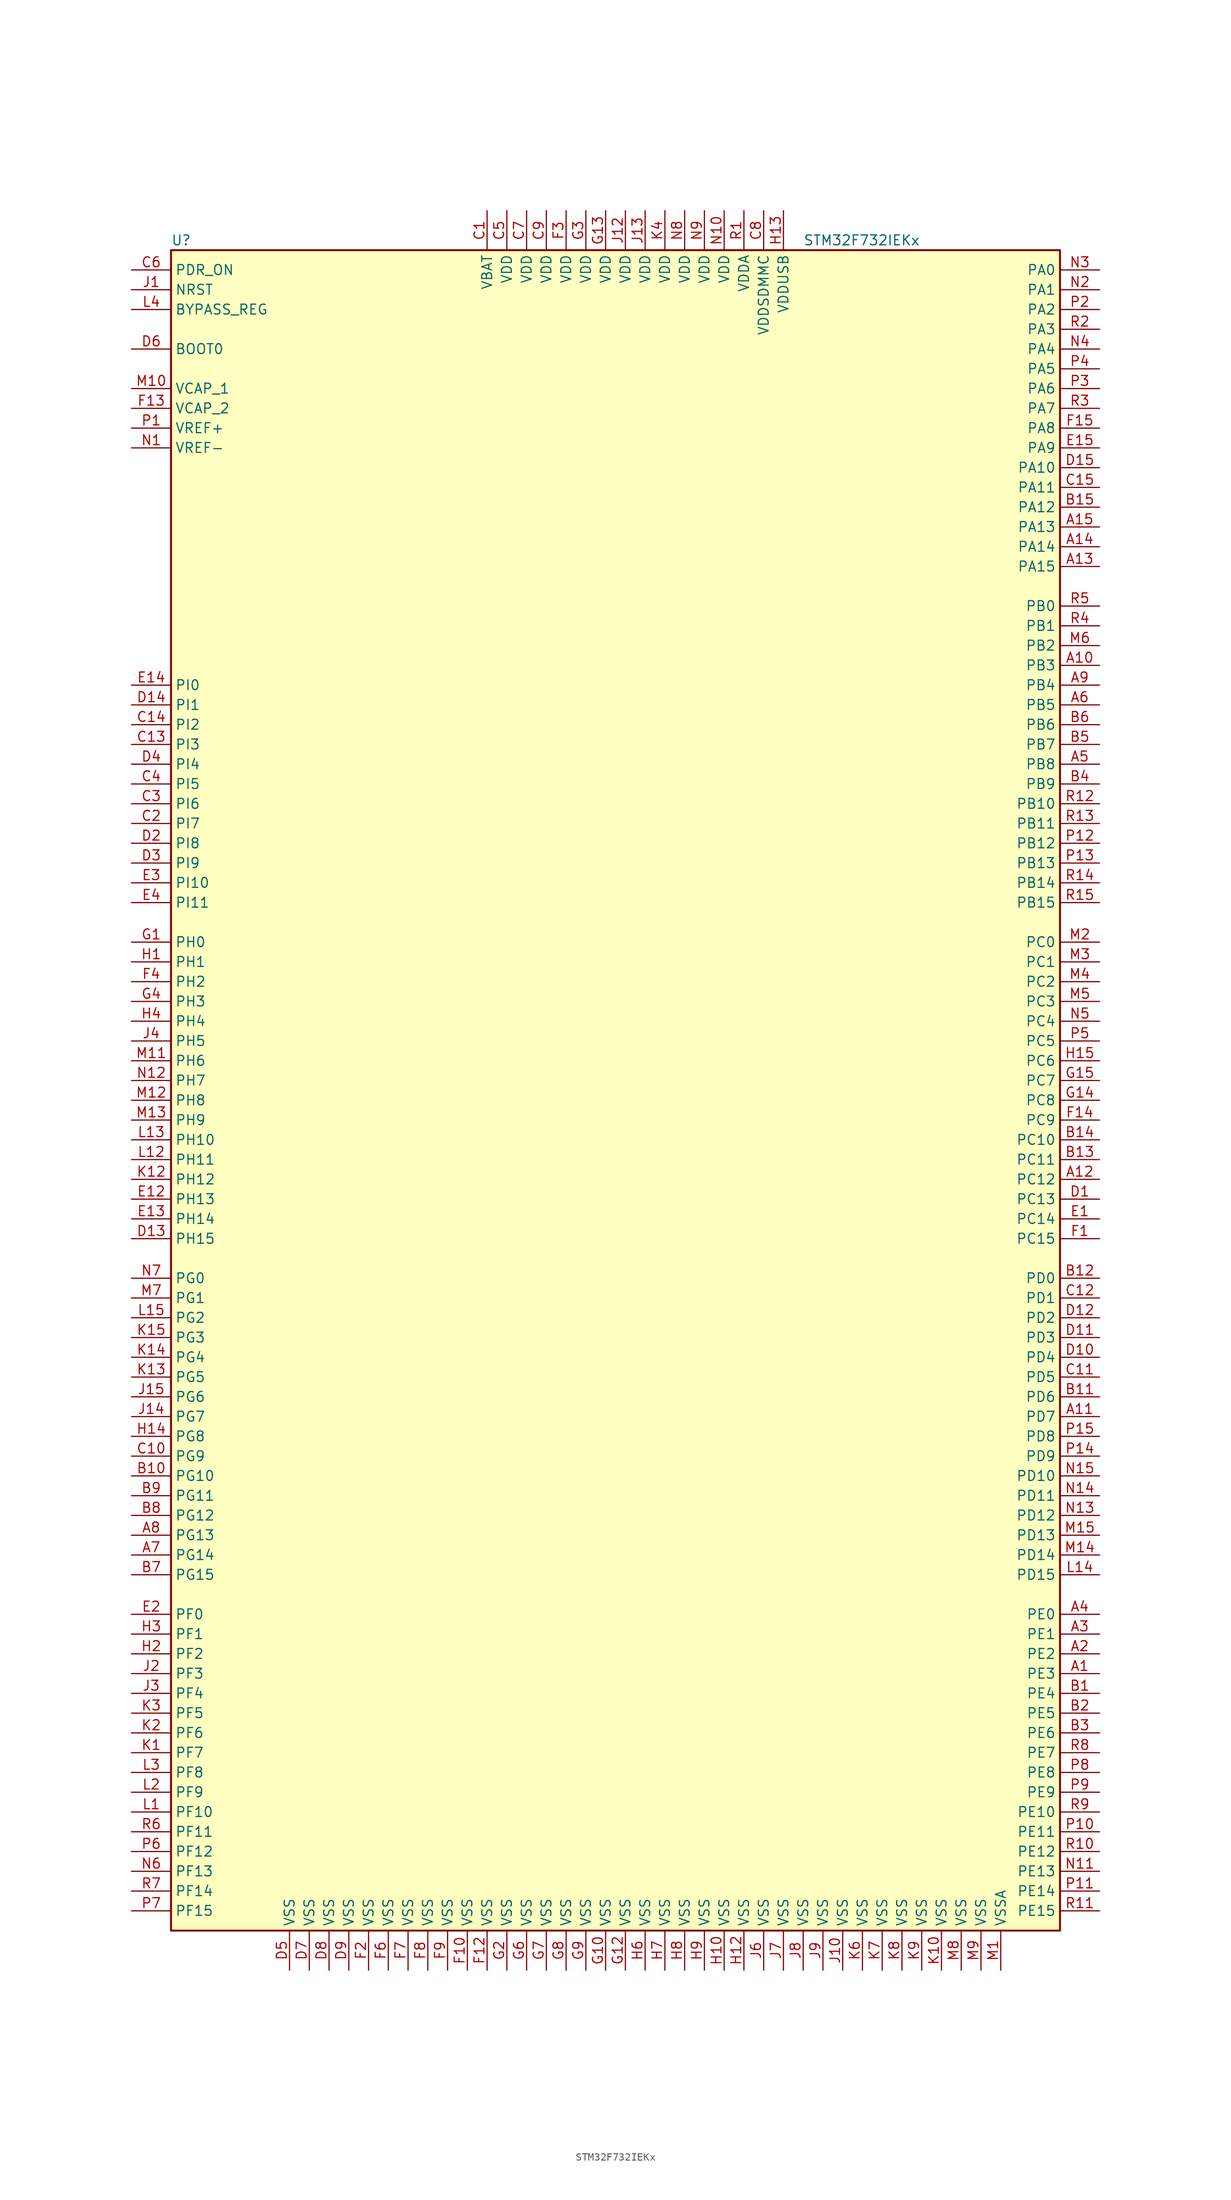
<source format=kicad_sym>
(kicad_symbol_lib
  (version 20220914)
  (generator kicad_symbol_editor)
  (symbol "STM32F732IEKx"
    (property "Reference" "U"
      (at -58.42 107.95 0)
      (effects (font (size 1.27 1.27)) (justify left)))
    (property "Value" "STM32F732IEKx"
      (at 22.86 107.95 0)
      (effects (font (size 1.27 1.27)) (justify left)))
    (symbol "STM32F732IEKx_0_1"
      (rectangle (start -58.42 -109.22) (end 55.88 106.68) (stroke (width 0.254) (type default)) (fill (type background))))
    (symbol "STM32F732IEKx_1_1"
      (pin bidirectional line (at 60.96 -76.2 180) (length 5.08) (name "PE3" (effects (font (size 1.27 1.27)))) (number "A1" (effects (font (size 1.27 1.27)))))
      (pin bidirectional line (at 60.96 53.34 180) (length 5.08) (name "PB3" (effects (font (size 1.27 1.27)))) (number "A10" (effects (font (size 1.27 1.27)))))
      (pin bidirectional line (at 60.96 -43.18 180) (length 5.08) (name "PD7" (effects (font (size 1.27 1.27)))) (number "A11" (effects (font (size 1.27 1.27)))))
      (pin bidirectional line (at 60.96 -12.7 180) (length 5.08) (name "PC12" (effects (font (size 1.27 1.27)))) (number "A12" (effects (font (size 1.27 1.27)))))
      (pin bidirectional line (at 60.96 66.04 180) (length 5.08) (name "PA15" (effects (font (size 1.27 1.27)))) (number "A13" (effects (font (size 1.27 1.27)))))
      (pin bidirectional line (at 60.96 68.58 180) (length 5.08) (name "PA14" (effects (font (size 1.27 1.27)))) (number "A14" (effects (font (size 1.27 1.27)))))
      (pin bidirectional line (at 60.96 71.12 180) (length 5.08) (name "PA13" (effects (font (size 1.27 1.27)))) (number "A15" (effects (font (size 1.27 1.27)))))
      (pin bidirectional line (at 60.96 -73.66 180) (length 5.08) (name "PE2" (effects (font (size 1.27 1.27)))) (number "A2" (effects (font (size 1.27 1.27)))))
      (pin bidirectional line (at 60.96 -71.12 180) (length 5.08) (name "PE1" (effects (font (size 1.27 1.27)))) (number "A3" (effects (font (size 1.27 1.27)))))
      (pin bidirectional line (at 60.96 -68.58 180) (length 5.08) (name "PE0" (effects (font (size 1.27 1.27)))) (number "A4" (effects (font (size 1.27 1.27)))))
      (pin bidirectional line (at 60.96 40.64 180) (length 5.08) (name "PB8" (effects (font (size 1.27 1.27)))) (number "A5" (effects (font (size 1.27 1.27)))))
      (pin bidirectional line (at 60.96 48.26 180) (length 5.08) (name "PB5" (effects (font (size 1.27 1.27)))) (number "A6" (effects (font (size 1.27 1.27)))))
      (pin bidirectional line (at -63.5 -60.96 0) (length 5.08) (name "PG14" (effects (font (size 1.27 1.27)))) (number "A7" (effects (font (size 1.27 1.27)))))
      (pin bidirectional line (at -63.5 -58.42 0) (length 5.08) (name "PG13" (effects (font (size 1.27 1.27)))) (number "A8" (effects (font (size 1.27 1.27)))))
      (pin bidirectional line (at 60.96 50.8 180) (length 5.08) (name "PB4" (effects (font (size 1.27 1.27)))) (number "A9" (effects (font (size 1.27 1.27)))))
      (pin bidirectional line (at 60.96 -78.74 180) (length 5.08) (name "PE4" (effects (font (size 1.27 1.27)))) (number "B1" (effects (font (size 1.27 1.27)))))
      (pin bidirectional line (at -63.5 -50.8 0) (length 5.08) (name "PG10" (effects (font (size 1.27 1.27)))) (number "B10" (effects (font (size 1.27 1.27)))))
      (pin bidirectional line (at 60.96 -40.64 180) (length 5.08) (name "PD6" (effects (font (size 1.27 1.27)))) (number "B11" (effects (font (size 1.27 1.27)))))
      (pin bidirectional line (at 60.96 -25.4 180) (length 5.08) (name "PD0" (effects (font (size 1.27 1.27)))) (number "B12" (effects (font (size 1.27 1.27)))))
      (pin bidirectional line (at 60.96 -10.16 180) (length 5.08) (name "PC11" (effects (font (size 1.27 1.27)))) (number "B13" (effects (font (size 1.27 1.27)))))
      (pin bidirectional line (at 60.96 -7.62 180) (length 5.08) (name "PC10" (effects (font (size 1.27 1.27)))) (number "B14" (effects (font (size 1.27 1.27)))))
      (pin bidirectional line (at 60.96 73.66 180) (length 5.08) (name "PA12" (effects (font (size 1.27 1.27)))) (number "B15" (effects (font (size 1.27 1.27)))))
      (pin bidirectional line (at 60.96 -81.28 180) (length 5.08) (name "PE5" (effects (font (size 1.27 1.27)))) (number "B2" (effects (font (size 1.27 1.27)))))
      (pin bidirectional line (at 60.96 -83.82 180) (length 5.08) (name "PE6" (effects (font (size 1.27 1.27)))) (number "B3" (effects (font (size 1.27 1.27)))))
      (pin bidirectional line (at 60.96 38.1 180) (length 5.08) (name "PB9" (effects (font (size 1.27 1.27)))) (number "B4" (effects (font (size 1.27 1.27)))))
      (pin bidirectional line (at 60.96 43.18 180) (length 5.08) (name "PB7" (effects (font (size 1.27 1.27)))) (number "B5" (effects (font (size 1.27 1.27)))))
      (pin bidirectional line (at 60.96 45.72 180) (length 5.08) (name "PB6" (effects (font (size 1.27 1.27)))) (number "B6" (effects (font (size 1.27 1.27)))))
      (pin bidirectional line (at -63.5 -63.5 0) (length 5.08) (name "PG15" (effects (font (size 1.27 1.27)))) (number "B7" (effects (font (size 1.27 1.27)))))
      (pin bidirectional line (at -63.5 -55.88 0) (length 5.08) (name "PG12" (effects (font (size 1.27 1.27)))) (number "B8" (effects (font (size 1.27 1.27)))))
      (pin bidirectional line (at -63.5 -53.34 0) (length 5.08) (name "PG11" (effects (font (size 1.27 1.27)))) (number "B9" (effects (font (size 1.27 1.27)))))
      (pin power_in line (at -17.78 111.76 270) (length 5.08) (name "VBAT" (effects (font (size 1.27 1.27)))) (number "C1" (effects (font (size 1.27 1.27)))))
      (pin bidirectional line (at -63.5 -48.26 0) (length 5.08) (name "PG9" (effects (font (size 1.27 1.27)))) (number "C10" (effects (font (size 1.27 1.27)))))
      (pin bidirectional line (at 60.96 -38.1 180) (length 5.08) (name "PD5" (effects (font (size 1.27 1.27)))) (number "C11" (effects (font (size 1.27 1.27)))))
      (pin bidirectional line (at 60.96 -27.94 180) (length 5.08) (name "PD1" (effects (font (size 1.27 1.27)))) (number "C12" (effects (font (size 1.27 1.27)))))
      (pin bidirectional line (at -63.5 43.18 0) (length 5.08) (name "PI3" (effects (font (size 1.27 1.27)))) (number "C13" (effects (font (size 1.27 1.27)))))
      (pin bidirectional line (at -63.5 45.72 0) (length 5.08) (name "PI2" (effects (font (size 1.27 1.27)))) (number "C14" (effects (font (size 1.27 1.27)))))
      (pin bidirectional line (at 60.96 76.2 180) (length 5.08) (name "PA11" (effects (font (size 1.27 1.27)))) (number "C15" (effects (font (size 1.27 1.27)))))
      (pin bidirectional line (at -63.5 33.02 0) (length 5.08) (name "PI7" (effects (font (size 1.27 1.27)))) (number "C2" (effects (font (size 1.27 1.27)))))
      (pin bidirectional line (at -63.5 35.56 0) (length 5.08) (name "PI6" (effects (font (size 1.27 1.27)))) (number "C3" (effects (font (size 1.27 1.27)))))
      (pin bidirectional line (at -63.5 38.1 0) (length 5.08) (name "PI5" (effects (font (size 1.27 1.27)))) (number "C4" (effects (font (size 1.27 1.27)))))
      (pin power_in line (at -15.24 111.76 270) (length 5.08) (name "VDD" (effects (font (size 1.27 1.27)))) (number "C5" (effects (font (size 1.27 1.27)))))
      (pin input line (at -63.5 104.14 0) (length 5.08) (name "PDR_ON" (effects (font (size 1.27 1.27)))) (number "C6" (effects (font (size 1.27 1.27)))))
      (pin power_in line (at -12.7 111.76 270) (length 5.08) (name "VDD" (effects (font (size 1.27 1.27)))) (number "C7" (effects (font (size 1.27 1.27)))))
      (pin power_in line (at 17.78 111.76 270) (length 5.08) (name "VDDSDMMC" (effects (font (size 1.27 1.27)))) (number "C8" (effects (font (size 1.27 1.27)))))
      (pin power_in line (at -10.16 111.76 270) (length 5.08) (name "VDD" (effects (font (size 1.27 1.27)))) (number "C9" (effects (font (size 1.27 1.27)))))
      (pin bidirectional line (at 60.96 -15.24 180) (length 5.08) (name "PC13" (effects (font (size 1.27 1.27)))) (number "D1" (effects (font (size 1.27 1.27)))))
      (pin bidirectional line (at 60.96 -35.56 180) (length 5.08) (name "PD4" (effects (font (size 1.27 1.27)))) (number "D10" (effects (font (size 1.27 1.27)))))
      (pin bidirectional line (at 60.96 -33.02 180) (length 5.08) (name "PD3" (effects (font (size 1.27 1.27)))) (number "D11" (effects (font (size 1.27 1.27)))))
      (pin bidirectional line (at 60.96 -30.48 180) (length 5.08) (name "PD2" (effects (font (size 1.27 1.27)))) (number "D12" (effects (font (size 1.27 1.27)))))
      (pin bidirectional line (at -63.5 -20.32 0) (length 5.08) (name "PH15" (effects (font (size 1.27 1.27)))) (number "D13" (effects (font (size 1.27 1.27)))))
      (pin bidirectional line (at -63.5 48.26 0) (length 5.08) (name "PI1" (effects (font (size 1.27 1.27)))) (number "D14" (effects (font (size 1.27 1.27)))))
      (pin bidirectional line (at 60.96 78.74 180) (length 5.08) (name "PA10" (effects (font (size 1.27 1.27)))) (number "D15" (effects (font (size 1.27 1.27)))))
      (pin bidirectional line (at -63.5 30.48 0) (length 5.08) (name "PI8" (effects (font (size 1.27 1.27)))) (number "D2" (effects (font (size 1.27 1.27)))))
      (pin bidirectional line (at -63.5 27.94 0) (length 5.08) (name "PI9" (effects (font (size 1.27 1.27)))) (number "D3" (effects (font (size 1.27 1.27)))))
      (pin bidirectional line (at -63.5 40.64 0) (length 5.08) (name "PI4" (effects (font (size 1.27 1.27)))) (number "D4" (effects (font (size 1.27 1.27)))))
      (pin power_in line (at -43.18 -114.3 90) (length 5.08) (name "VSS" (effects (font (size 1.27 1.27)))) (number "D5" (effects (font (size 1.27 1.27)))))
      (pin input line (at -63.5 93.98 0) (length 5.08) (name "BOOT0" (effects (font (size 1.27 1.27)))) (number "D6" (effects (font (size 1.27 1.27)))))
      (pin power_in line (at -40.64 -114.3 90) (length 5.08) (name "VSS" (effects (font (size 1.27 1.27)))) (number "D7" (effects (font (size 1.27 1.27)))))
      (pin power_in line (at -38.1 -114.3 90) (length 5.08) (name "VSS" (effects (font (size 1.27 1.27)))) (number "D8" (effects (font (size 1.27 1.27)))))
      (pin power_in line (at -35.56 -114.3 90) (length 5.08) (name "VSS" (effects (font (size 1.27 1.27)))) (number "D9" (effects (font (size 1.27 1.27)))))
      (pin bidirectional line (at 60.96 -17.78 180) (length 5.08) (name "PC14" (effects (font (size 1.27 1.27)))) (number "E1" (effects (font (size 1.27 1.27)))))
      (pin bidirectional line (at -63.5 -15.24 0) (length 5.08) (name "PH13" (effects (font (size 1.27 1.27)))) (number "E12" (effects (font (size 1.27 1.27)))))
      (pin bidirectional line (at -63.5 -17.78 0) (length 5.08) (name "PH14" (effects (font (size 1.27 1.27)))) (number "E13" (effects (font (size 1.27 1.27)))))
      (pin bidirectional line (at -63.5 50.8 0) (length 5.08) (name "PI0" (effects (font (size 1.27 1.27)))) (number "E14" (effects (font (size 1.27 1.27)))))
      (pin bidirectional line (at 60.96 81.28 180) (length 5.08) (name "PA9" (effects (font (size 1.27 1.27)))) (number "E15" (effects (font (size 1.27 1.27)))))
      (pin bidirectional line (at -63.5 -68.58 0) (length 5.08) (name "PF0" (effects (font (size 1.27 1.27)))) (number "E2" (effects (font (size 1.27 1.27)))))
      (pin bidirectional line (at -63.5 25.4 0) (length 5.08) (name "PI10" (effects (font (size 1.27 1.27)))) (number "E3" (effects (font (size 1.27 1.27)))))
      (pin bidirectional line (at -63.5 22.86 0) (length 5.08) (name "PI11" (effects (font (size 1.27 1.27)))) (number "E4" (effects (font (size 1.27 1.27)))))
      (pin bidirectional line (at 60.96 -20.32 180) (length 5.08) (name "PC15" (effects (font (size 1.27 1.27)))) (number "F1" (effects (font (size 1.27 1.27)))))
      (pin power_in line (at -20.32 -114.3 90) (length 5.08) (name "VSS" (effects (font (size 1.27 1.27)))) (number "F10" (effects (font (size 1.27 1.27)))))
      (pin power_in line (at -17.78 -114.3 90) (length 5.08) (name "VSS" (effects (font (size 1.27 1.27)))) (number "F12" (effects (font (size 1.27 1.27)))))
      (pin power_in line (at -63.5 86.36 0) (length 5.08) (name "VCAP_2" (effects (font (size 1.27 1.27)))) (number "F13" (effects (font (size 1.27 1.27)))))
      (pin bidirectional line (at 60.96 -5.08 180) (length 5.08) (name "PC9" (effects (font (size 1.27 1.27)))) (number "F14" (effects (font (size 1.27 1.27)))))
      (pin bidirectional line (at 60.96 83.82 180) (length 5.08) (name "PA8" (effects (font (size 1.27 1.27)))) (number "F15" (effects (font (size 1.27 1.27)))))
      (pin power_in line (at -33.02 -114.3 90) (length 5.08) (name "VSS" (effects (font (size 1.27 1.27)))) (number "F2" (effects (font (size 1.27 1.27)))))
      (pin power_in line (at -7.62 111.76 270) (length 5.08) (name "VDD" (effects (font (size 1.27 1.27)))) (number "F3" (effects (font (size 1.27 1.27)))))
      (pin bidirectional line (at -63.5 12.7 0) (length 5.08) (name "PH2" (effects (font (size 1.27 1.27)))) (number "F4" (effects (font (size 1.27 1.27)))))
      (pin power_in line (at -30.48 -114.3 90) (length 5.08) (name "VSS" (effects (font (size 1.27 1.27)))) (number "F6" (effects (font (size 1.27 1.27)))))
      (pin power_in line (at -27.94 -114.3 90) (length 5.08) (name "VSS" (effects (font (size 1.27 1.27)))) (number "F7" (effects (font (size 1.27 1.27)))))
      (pin power_in line (at -25.4 -114.3 90) (length 5.08) (name "VSS" (effects (font (size 1.27 1.27)))) (number "F8" (effects (font (size 1.27 1.27)))))
      (pin power_in line (at -22.86 -114.3 90) (length 5.08) (name "VSS" (effects (font (size 1.27 1.27)))) (number "F9" (effects (font (size 1.27 1.27)))))
      (pin input line (at -63.5 17.78 0) (length 5.08) (name "PH0" (effects (font (size 1.27 1.27)))) (number "G1" (effects (font (size 1.27 1.27)))))
      (pin power_in line (at -2.54 -114.3 90) (length 5.08) (name "VSS" (effects (font (size 1.27 1.27)))) (number "G10" (effects (font (size 1.27 1.27)))))
      (pin power_in line (at 0 -114.3 90) (length 5.08) (name "VSS" (effects (font (size 1.27 1.27)))) (number "G12" (effects (font (size 1.27 1.27)))))
      (pin power_in line (at -2.54 111.76 270) (length 5.08) (name "VDD" (effects (font (size 1.27 1.27)))) (number "G13" (effects (font (size 1.27 1.27)))))
      (pin bidirectional line (at 60.96 -2.54 180) (length 5.08) (name "PC8" (effects (font (size 1.27 1.27)))) (number "G14" (effects (font (size 1.27 1.27)))))
      (pin bidirectional line (at 60.96 0 180) (length 5.08) (name "PC7" (effects (font (size 1.27 1.27)))) (number "G15" (effects (font (size 1.27 1.27)))))
      (pin power_in line (at -15.24 -114.3 90) (length 5.08) (name "VSS" (effects (font (size 1.27 1.27)))) (number "G2" (effects (font (size 1.27 1.27)))))
      (pin power_in line (at -5.08 111.76 270) (length 5.08) (name "VDD" (effects (font (size 1.27 1.27)))) (number "G3" (effects (font (size 1.27 1.27)))))
      (pin bidirectional line (at -63.5 10.16 0) (length 5.08) (name "PH3" (effects (font (size 1.27 1.27)))) (number "G4" (effects (font (size 1.27 1.27)))))
      (pin power_in line (at -12.7 -114.3 90) (length 5.08) (name "VSS" (effects (font (size 1.27 1.27)))) (number "G6" (effects (font (size 1.27 1.27)))))
      (pin power_in line (at -10.16 -114.3 90) (length 5.08) (name "VSS" (effects (font (size 1.27 1.27)))) (number "G7" (effects (font (size 1.27 1.27)))))
      (pin power_in line (at -7.62 -114.3 90) (length 5.08) (name "VSS" (effects (font (size 1.27 1.27)))) (number "G8" (effects (font (size 1.27 1.27)))))
      (pin power_in line (at -5.08 -114.3 90) (length 5.08) (name "VSS" (effects (font (size 1.27 1.27)))) (number "G9" (effects (font (size 1.27 1.27)))))
      (pin input line (at -63.5 15.24 0) (length 5.08) (name "PH1" (effects (font (size 1.27 1.27)))) (number "H1" (effects (font (size 1.27 1.27)))))
      (pin power_in line (at 12.7 -114.3 90) (length 5.08) (name "VSS" (effects (font (size 1.27 1.27)))) (number "H10" (effects (font (size 1.27 1.27)))))
      (pin power_in line (at 15.24 -114.3 90) (length 5.08) (name "VSS" (effects (font (size 1.27 1.27)))) (number "H12" (effects (font (size 1.27 1.27)))))
      (pin power_in line (at 20.32 111.76 270) (length 5.08) (name "VDDUSB" (effects (font (size 1.27 1.27)))) (number "H13" (effects (font (size 1.27 1.27)))))
      (pin bidirectional line (at -63.5 -45.72 0) (length 5.08) (name "PG8" (effects (font (size 1.27 1.27)))) (number "H14" (effects (font (size 1.27 1.27)))))
      (pin bidirectional line (at 60.96 2.54 180) (length 5.08) (name "PC6" (effects (font (size 1.27 1.27)))) (number "H15" (effects (font (size 1.27 1.27)))))
      (pin bidirectional line (at -63.5 -73.66 0) (length 5.08) (name "PF2" (effects (font (size 1.27 1.27)))) (number "H2" (effects (font (size 1.27 1.27)))))
      (pin bidirectional line (at -63.5 -71.12 0) (length 5.08) (name "PF1" (effects (font (size 1.27 1.27)))) (number "H3" (effects (font (size 1.27 1.27)))))
      (pin bidirectional line (at -63.5 7.62 0) (length 5.08) (name "PH4" (effects (font (size 1.27 1.27)))) (number "H4" (effects (font (size 1.27 1.27)))))
      (pin power_in line (at 2.54 -114.3 90) (length 5.08) (name "VSS" (effects (font (size 1.27 1.27)))) (number "H6" (effects (font (size 1.27 1.27)))))
      (pin power_in line (at 5.08 -114.3 90) (length 5.08) (name "VSS" (effects (font (size 1.27 1.27)))) (number "H7" (effects (font (size 1.27 1.27)))))
      (pin power_in line (at 7.62 -114.3 90) (length 5.08) (name "VSS" (effects (font (size 1.27 1.27)))) (number "H8" (effects (font (size 1.27 1.27)))))
      (pin power_in line (at 10.16 -114.3 90) (length 5.08) (name "VSS" (effects (font (size 1.27 1.27)))) (number "H9" (effects (font (size 1.27 1.27)))))
      (pin input line (at -63.5 101.6 0) (length 5.08) (name "NRST" (effects (font (size 1.27 1.27)))) (number "J1" (effects (font (size 1.27 1.27)))))
      (pin power_in line (at 27.94 -114.3 90) (length 5.08) (name "VSS" (effects (font (size 1.27 1.27)))) (number "J10" (effects (font (size 1.27 1.27)))))
      (pin power_in line (at 0 111.76 270) (length 5.08) (name "VDD" (effects (font (size 1.27 1.27)))) (number "J12" (effects (font (size 1.27 1.27)))))
      (pin power_in line (at 2.54 111.76 270) (length 5.08) (name "VDD" (effects (font (size 1.27 1.27)))) (number "J13" (effects (font (size 1.27 1.27)))))
      (pin bidirectional line (at -63.5 -43.18 0) (length 5.08) (name "PG7" (effects (font (size 1.27 1.27)))) (number "J14" (effects (font (size 1.27 1.27)))))
      (pin bidirectional line (at -63.5 -40.64 0) (length 5.08) (name "PG6" (effects (font (size 1.27 1.27)))) (number "J15" (effects (font (size 1.27 1.27)))))
      (pin bidirectional line (at -63.5 -76.2 0) (length 5.08) (name "PF3" (effects (font (size 1.27 1.27)))) (number "J2" (effects (font (size 1.27 1.27)))))
      (pin bidirectional line (at -63.5 -78.74 0) (length 5.08) (name "PF4" (effects (font (size 1.27 1.27)))) (number "J3" (effects (font (size 1.27 1.27)))))
      (pin bidirectional line (at -63.5 5.08 0) (length 5.08) (name "PH5" (effects (font (size 1.27 1.27)))) (number "J4" (effects (font (size 1.27 1.27)))))
      (pin power_in line (at 17.78 -114.3 90) (length 5.08) (name "VSS" (effects (font (size 1.27 1.27)))) (number "J6" (effects (font (size 1.27 1.27)))))
      (pin power_in line (at 20.32 -114.3 90) (length 5.08) (name "VSS" (effects (font (size 1.27 1.27)))) (number "J7" (effects (font (size 1.27 1.27)))))
      (pin power_in line (at 22.86 -114.3 90) (length 5.08) (name "VSS" (effects (font (size 1.27 1.27)))) (number "J8" (effects (font (size 1.27 1.27)))))
      (pin power_in line (at 25.4 -114.3 90) (length 5.08) (name "VSS" (effects (font (size 1.27 1.27)))) (number "J9" (effects (font (size 1.27 1.27)))))
      (pin bidirectional line (at -63.5 -86.36 0) (length 5.08) (name "PF7" (effects (font (size 1.27 1.27)))) (number "K1" (effects (font (size 1.27 1.27)))))
      (pin power_in line (at 40.64 -114.3 90) (length 5.08) (name "VSS" (effects (font (size 1.27 1.27)))) (number "K10" (effects (font (size 1.27 1.27)))))
      (pin bidirectional line (at -63.5 -12.7 0) (length 5.08) (name "PH12" (effects (font (size 1.27 1.27)))) (number "K12" (effects (font (size 1.27 1.27)))))
      (pin bidirectional line (at -63.5 -38.1 0) (length 5.08) (name "PG5" (effects (font (size 1.27 1.27)))) (number "K13" (effects (font (size 1.27 1.27)))))
      (pin bidirectional line (at -63.5 -35.56 0) (length 5.08) (name "PG4" (effects (font (size 1.27 1.27)))) (number "K14" (effects (font (size 1.27 1.27)))))
      (pin bidirectional line (at -63.5 -33.02 0) (length 5.08) (name "PG3" (effects (font (size 1.27 1.27)))) (number "K15" (effects (font (size 1.27 1.27)))))
      (pin bidirectional line (at -63.5 -83.82 0) (length 5.08) (name "PF6" (effects (font (size 1.27 1.27)))) (number "K2" (effects (font (size 1.27 1.27)))))
      (pin bidirectional line (at -63.5 -81.28 0) (length 5.08) (name "PF5" (effects (font (size 1.27 1.27)))) (number "K3" (effects (font (size 1.27 1.27)))))
      (pin power_in line (at 5.08 111.76 270) (length 5.08) (name "VDD" (effects (font (size 1.27 1.27)))) (number "K4" (effects (font (size 1.27 1.27)))))
      (pin power_in line (at 30.48 -114.3 90) (length 5.08) (name "VSS" (effects (font (size 1.27 1.27)))) (number "K6" (effects (font (size 1.27 1.27)))))
      (pin power_in line (at 33.02 -114.3 90) (length 5.08) (name "VSS" (effects (font (size 1.27 1.27)))) (number "K7" (effects (font (size 1.27 1.27)))))
      (pin power_in line (at 35.56 -114.3 90) (length 5.08) (name "VSS" (effects (font (size 1.27 1.27)))) (number "K8" (effects (font (size 1.27 1.27)))))
      (pin power_in line (at 38.1 -114.3 90) (length 5.08) (name "VSS" (effects (font (size 1.27 1.27)))) (number "K9" (effects (font (size 1.27 1.27)))))
      (pin bidirectional line (at -63.5 -93.98 0) (length 5.08) (name "PF10" (effects (font (size 1.27 1.27)))) (number "L1" (effects (font (size 1.27 1.27)))))
      (pin bidirectional line (at -63.5 -10.16 0) (length 5.08) (name "PH11" (effects (font (size 1.27 1.27)))) (number "L12" (effects (font (size 1.27 1.27)))))
      (pin bidirectional line (at -63.5 -7.62 0) (length 5.08) (name "PH10" (effects (font (size 1.27 1.27)))) (number "L13" (effects (font (size 1.27 1.27)))))
      (pin bidirectional line (at 60.96 -63.5 180) (length 5.08) (name "PD15" (effects (font (size 1.27 1.27)))) (number "L14" (effects (font (size 1.27 1.27)))))
      (pin bidirectional line (at -63.5 -30.48 0) (length 5.08) (name "PG2" (effects (font (size 1.27 1.27)))) (number "L15" (effects (font (size 1.27 1.27)))))
      (pin bidirectional line (at -63.5 -91.44 0) (length 5.08) (name "PF9" (effects (font (size 1.27 1.27)))) (number "L2" (effects (font (size 1.27 1.27)))))
      (pin bidirectional line (at -63.5 -88.9 0) (length 5.08) (name "PF8" (effects (font (size 1.27 1.27)))) (number "L3" (effects (font (size 1.27 1.27)))))
      (pin input line (at -63.5 99.06 0) (length 5.08) (name "BYPASS_REG" (effects (font (size 1.27 1.27)))) (number "L4" (effects (font (size 1.27 1.27)))))
      (pin power_in line (at 48.26 -114.3 90) (length 5.08) (name "VSSA" (effects (font (size 1.27 1.27)))) (number "M1" (effects (font (size 1.27 1.27)))))
      (pin power_in line (at -63.5 88.9 0) (length 5.08) (name "VCAP_1" (effects (font (size 1.27 1.27)))) (number "M10" (effects (font (size 1.27 1.27)))))
      (pin bidirectional line (at -63.5 2.54 0) (length 5.08) (name "PH6" (effects (font (size 1.27 1.27)))) (number "M11" (effects (font (size 1.27 1.27)))))
      (pin bidirectional line (at -63.5 -2.54 0) (length 5.08) (name "PH8" (effects (font (size 1.27 1.27)))) (number "M12" (effects (font (size 1.27 1.27)))))
      (pin bidirectional line (at -63.5 -5.08 0) (length 5.08) (name "PH9" (effects (font (size 1.27 1.27)))) (number "M13" (effects (font (size 1.27 1.27)))))
      (pin bidirectional line (at 60.96 -60.96 180) (length 5.08) (name "PD14" (effects (font (size 1.27 1.27)))) (number "M14" (effects (font (size 1.27 1.27)))))
      (pin bidirectional line (at 60.96 -58.42 180) (length 5.08) (name "PD13" (effects (font (size 1.27 1.27)))) (number "M15" (effects (font (size 1.27 1.27)))))
      (pin bidirectional line (at 60.96 17.78 180) (length 5.08) (name "PC0" (effects (font (size 1.27 1.27)))) (number "M2" (effects (font (size 1.27 1.27)))))
      (pin bidirectional line (at 60.96 15.24 180) (length 5.08) (name "PC1" (effects (font (size 1.27 1.27)))) (number "M3" (effects (font (size 1.27 1.27)))))
      (pin bidirectional line (at 60.96 12.7 180) (length 5.08) (name "PC2" (effects (font (size 1.27 1.27)))) (number "M4" (effects (font (size 1.27 1.27)))))
      (pin bidirectional line (at 60.96 10.16 180) (length 5.08) (name "PC3" (effects (font (size 1.27 1.27)))) (number "M5" (effects (font (size 1.27 1.27)))))
      (pin bidirectional line (at 60.96 55.88 180) (length 5.08) (name "PB2" (effects (font (size 1.27 1.27)))) (number "M6" (effects (font (size 1.27 1.27)))))
      (pin bidirectional line (at -63.5 -27.94 0) (length 5.08) (name "PG1" (effects (font (size 1.27 1.27)))) (number "M7" (effects (font (size 1.27 1.27)))))
      (pin power_in line (at 43.18 -114.3 90) (length 5.08) (name "VSS" (effects (font (size 1.27 1.27)))) (number "M8" (effects (font (size 1.27 1.27)))))
      (pin power_in line (at 45.72 -114.3 90) (length 5.08) (name "VSS" (effects (font (size 1.27 1.27)))) (number "M9" (effects (font (size 1.27 1.27)))))
      (pin power_in line (at -63.5 81.28 0) (length 5.08) (name "VREF-" (effects (font (size 1.27 1.27)))) (number "N1" (effects (font (size 1.27 1.27)))))
      (pin power_in line (at 12.7 111.76 270) (length 5.08) (name "VDD" (effects (font (size 1.27 1.27)))) (number "N10" (effects (font (size 1.27 1.27)))))
      (pin bidirectional line (at 60.96 -101.6 180) (length 5.08) (name "PE13" (effects (font (size 1.27 1.27)))) (number "N11" (effects (font (size 1.27 1.27)))))
      (pin bidirectional line (at -63.5 0 0) (length 5.08) (name "PH7" (effects (font (size 1.27 1.27)))) (number "N12" (effects (font (size 1.27 1.27)))))
      (pin bidirectional line (at 60.96 -55.88 180) (length 5.08) (name "PD12" (effects (font (size 1.27 1.27)))) (number "N13" (effects (font (size 1.27 1.27)))))
      (pin bidirectional line (at 60.96 -53.34 180) (length 5.08) (name "PD11" (effects (font (size 1.27 1.27)))) (number "N14" (effects (font (size 1.27 1.27)))))
      (pin bidirectional line (at 60.96 -50.8 180) (length 5.08) (name "PD10" (effects (font (size 1.27 1.27)))) (number "N15" (effects (font (size 1.27 1.27)))))
      (pin bidirectional line (at 60.96 101.6 180) (length 5.08) (name "PA1" (effects (font (size 1.27 1.27)))) (number "N2" (effects (font (size 1.27 1.27)))))
      (pin bidirectional line (at 60.96 104.14 180) (length 5.08) (name "PA0" (effects (font (size 1.27 1.27)))) (number "N3" (effects (font (size 1.27 1.27)))))
      (pin bidirectional line (at 60.96 93.98 180) (length 5.08) (name "PA4" (effects (font (size 1.27 1.27)))) (number "N4" (effects (font (size 1.27 1.27)))))
      (pin bidirectional line (at 60.96 7.62 180) (length 5.08) (name "PC4" (effects (font (size 1.27 1.27)))) (number "N5" (effects (font (size 1.27 1.27)))))
      (pin bidirectional line (at -63.5 -101.6 0) (length 5.08) (name "PF13" (effects (font (size 1.27 1.27)))) (number "N6" (effects (font (size 1.27 1.27)))))
      (pin bidirectional line (at -63.5 -25.4 0) (length 5.08) (name "PG0" (effects (font (size 1.27 1.27)))) (number "N7" (effects (font (size 1.27 1.27)))))
      (pin power_in line (at 7.62 111.76 270) (length 5.08) (name "VDD" (effects (font (size 1.27 1.27)))) (number "N8" (effects (font (size 1.27 1.27)))))
      (pin power_in line (at 10.16 111.76 270) (length 5.08) (name "VDD" (effects (font (size 1.27 1.27)))) (number "N9" (effects (font (size 1.27 1.27)))))
      (pin power_in line (at -63.5 83.82 0) (length 5.08) (name "VREF+" (effects (font (size 1.27 1.27)))) (number "P1" (effects (font (size 1.27 1.27)))))
      (pin bidirectional line (at 60.96 -96.52 180) (length 5.08) (name "PE11" (effects (font (size 1.27 1.27)))) (number "P10" (effects (font (size 1.27 1.27)))))
      (pin bidirectional line (at 60.96 -104.14 180) (length 5.08) (name "PE14" (effects (font (size 1.27 1.27)))) (number "P11" (effects (font (size 1.27 1.27)))))
      (pin bidirectional line (at 60.96 30.48 180) (length 5.08) (name "PB12" (effects (font (size 1.27 1.27)))) (number "P12" (effects (font (size 1.27 1.27)))))
      (pin bidirectional line (at 60.96 27.94 180) (length 5.08) (name "PB13" (effects (font (size 1.27 1.27)))) (number "P13" (effects (font (size 1.27 1.27)))))
      (pin bidirectional line (at 60.96 -48.26 180) (length 5.08) (name "PD9" (effects (font (size 1.27 1.27)))) (number "P14" (effects (font (size 1.27 1.27)))))
      (pin bidirectional line (at 60.96 -45.72 180) (length 5.08) (name "PD8" (effects (font (size 1.27 1.27)))) (number "P15" (effects (font (size 1.27 1.27)))))
      (pin bidirectional line (at 60.96 99.06 180) (length 5.08) (name "PA2" (effects (font (size 1.27 1.27)))) (number "P2" (effects (font (size 1.27 1.27)))))
      (pin bidirectional line (at 60.96 88.9 180) (length 5.08) (name "PA6" (effects (font (size 1.27 1.27)))) (number "P3" (effects (font (size 1.27 1.27)))))
      (pin bidirectional line (at 60.96 91.44 180) (length 5.08) (name "PA5" (effects (font (size 1.27 1.27)))) (number "P4" (effects (font (size 1.27 1.27)))))
      (pin bidirectional line (at 60.96 5.08 180) (length 5.08) (name "PC5" (effects (font (size 1.27 1.27)))) (number "P5" (effects (font (size 1.27 1.27)))))
      (pin bidirectional line (at -63.5 -99.06 0) (length 5.08) (name "PF12" (effects (font (size 1.27 1.27)))) (number "P6" (effects (font (size 1.27 1.27)))))
      (pin bidirectional line (at -63.5 -106.68 0) (length 5.08) (name "PF15" (effects (font (size 1.27 1.27)))) (number "P7" (effects (font (size 1.27 1.27)))))
      (pin bidirectional line (at 60.96 -88.9 180) (length 5.08) (name "PE8" (effects (font (size 1.27 1.27)))) (number "P8" (effects (font (size 1.27 1.27)))))
      (pin bidirectional line (at 60.96 -91.44 180) (length 5.08) (name "PE9" (effects (font (size 1.27 1.27)))) (number "P9" (effects (font (size 1.27 1.27)))))
      (pin power_in line (at 15.24 111.76 270) (length 5.08) (name "VDDA" (effects (font (size 1.27 1.27)))) (number "R1" (effects (font (size 1.27 1.27)))))
      (pin bidirectional line (at 60.96 -99.06 180) (length 5.08) (name "PE12" (effects (font (size 1.27 1.27)))) (number "R10" (effects (font (size 1.27 1.27)))))
      (pin bidirectional line (at 60.96 -106.68 180) (length 5.08) (name "PE15" (effects (font (size 1.27 1.27)))) (number "R11" (effects (font (size 1.27 1.27)))))
      (pin bidirectional line (at 60.96 35.56 180) (length 5.08) (name "PB10" (effects (font (size 1.27 1.27)))) (number "R12" (effects (font (size 1.27 1.27)))))
      (pin bidirectional line (at 60.96 33.02 180) (length 5.08) (name "PB11" (effects (font (size 1.27 1.27)))) (number "R13" (effects (font (size 1.27 1.27)))))
      (pin bidirectional line (at 60.96 25.4 180) (length 5.08) (name "PB14" (effects (font (size 1.27 1.27)))) (number "R14" (effects (font (size 1.27 1.27)))))
      (pin bidirectional line (at 60.96 22.86 180) (length 5.08) (name "PB15" (effects (font (size 1.27 1.27)))) (number "R15" (effects (font (size 1.27 1.27)))))
      (pin bidirectional line (at 60.96 96.52 180) (length 5.08) (name "PA3" (effects (font (size 1.27 1.27)))) (number "R2" (effects (font (size 1.27 1.27)))))
      (pin bidirectional line (at 60.96 86.36 180) (length 5.08) (name "PA7" (effects (font (size 1.27 1.27)))) (number "R3" (effects (font (size 1.27 1.27)))))
      (pin bidirectional line (at 60.96 58.42 180) (length 5.08) (name "PB1" (effects (font (size 1.27 1.27)))) (number "R4" (effects (font (size 1.27 1.27)))))
      (pin bidirectional line (at 60.96 60.96 180) (length 5.08) (name "PB0" (effects (font (size 1.27 1.27)))) (number "R5" (effects (font (size 1.27 1.27)))))
      (pin bidirectional line (at -63.5 -96.52 0) (length 5.08) (name "PF11" (effects (font (size 1.27 1.27)))) (number "R6" (effects (font (size 1.27 1.27)))))
      (pin bidirectional line (at -63.5 -104.14 0) (length 5.08) (name "PF14" (effects (font (size 1.27 1.27)))) (number "R7" (effects (font (size 1.27 1.27)))))
      (pin bidirectional line (at 60.96 -86.36 180) (length 5.08) (name "PE7" (effects (font (size 1.27 1.27)))) (number "R8" (effects (font (size 1.27 1.27)))))
      (pin bidirectional line (at 60.96 -93.98 180) (length 5.08) (name "PE10" (effects (font (size 1.27 1.27)))) (number "R9" (effects (font (size 1.27 1.27))))))))
</source>
